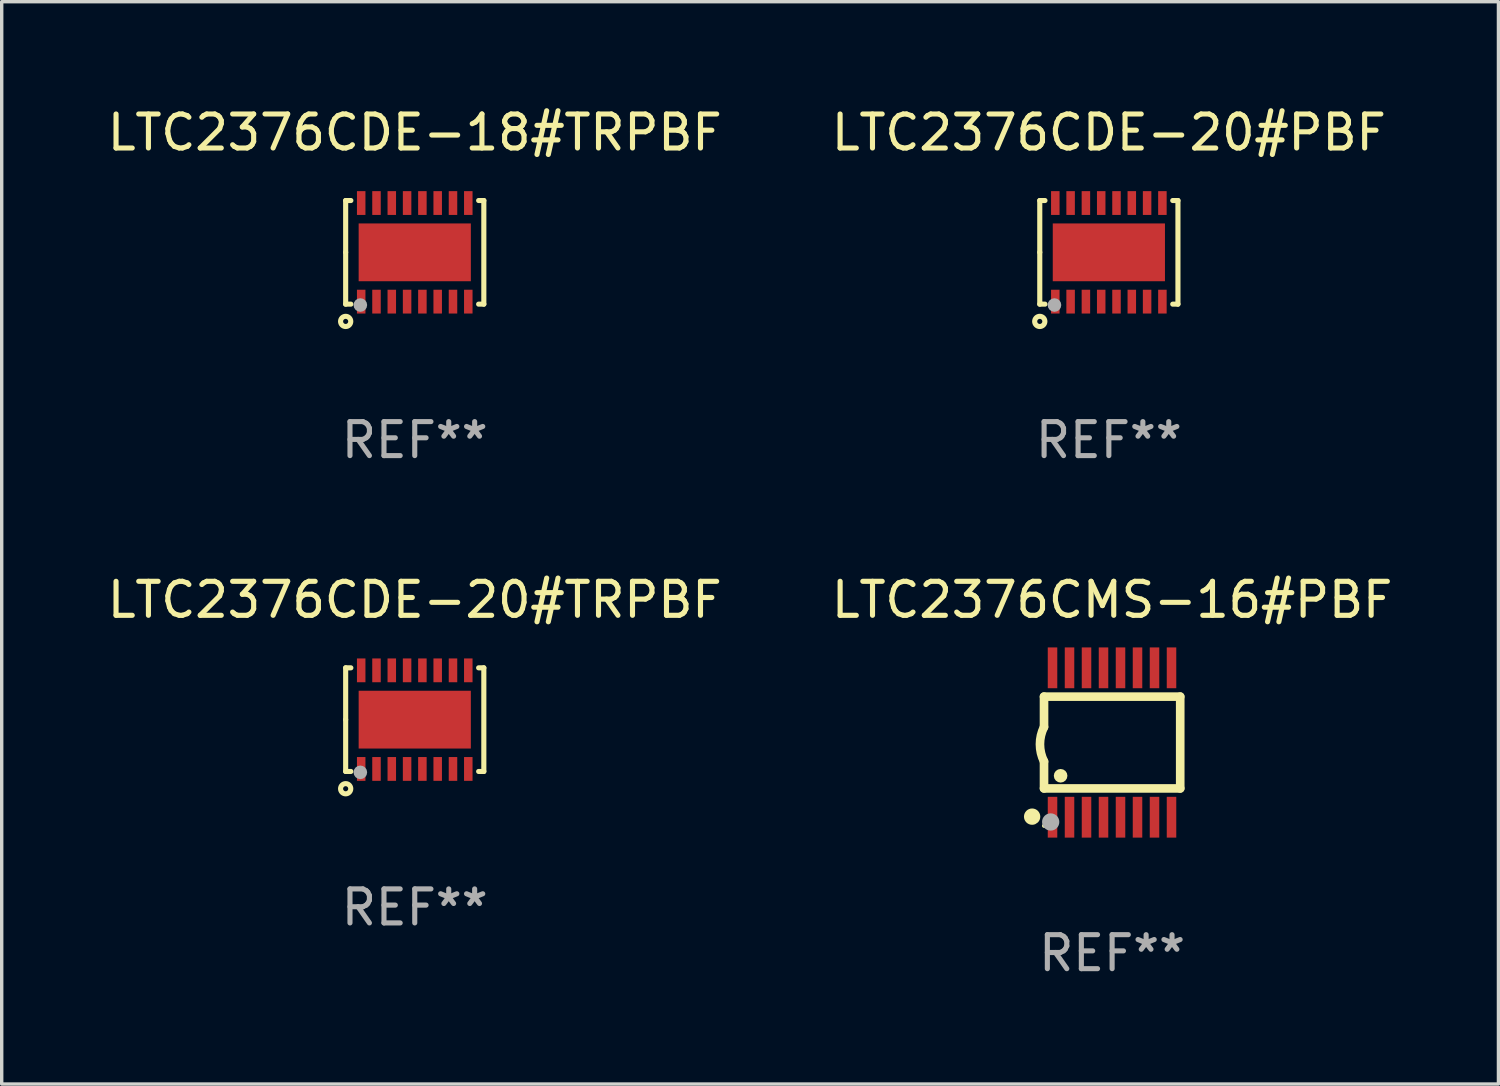
<source format=kicad_pcb>
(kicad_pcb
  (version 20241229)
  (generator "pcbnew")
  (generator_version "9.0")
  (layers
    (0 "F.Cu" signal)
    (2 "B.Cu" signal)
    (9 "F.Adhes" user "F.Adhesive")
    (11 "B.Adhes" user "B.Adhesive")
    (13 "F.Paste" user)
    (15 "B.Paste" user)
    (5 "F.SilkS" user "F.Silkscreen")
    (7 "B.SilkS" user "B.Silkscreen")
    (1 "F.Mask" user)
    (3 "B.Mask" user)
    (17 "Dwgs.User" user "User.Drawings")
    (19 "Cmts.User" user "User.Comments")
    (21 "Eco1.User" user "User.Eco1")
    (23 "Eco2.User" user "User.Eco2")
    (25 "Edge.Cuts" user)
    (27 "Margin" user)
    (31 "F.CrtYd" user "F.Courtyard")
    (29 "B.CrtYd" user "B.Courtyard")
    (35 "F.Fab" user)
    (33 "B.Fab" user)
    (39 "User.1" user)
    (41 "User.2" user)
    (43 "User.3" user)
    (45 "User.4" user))
  (footprint "LTC2376CMS-16#PBF"
    (layer "F.Cu")
    (at 29.661 18.79)
    (property "Reference" "LTC2376CMS-16#PBF" (at 0 -4.197 0) (layer "F.SilkS") (effects (font (size 1 1) (thickness 0.15))))
    (attr through_hole)
    (fp_line (start -2.003 -1.35) (end -2.003 -0.457) (stroke (width 0.254) (type solid)) (layer "F.SilkS"))
    (fp_line (start -2.003 -1.35) (end 2.003 -1.35) (stroke (width 0.254) (type solid)) (layer "F.SilkS"))
    (fp_line (start -2.003 1.35) (end -2.003 0.559) (stroke (width 0.254) (type solid)) (layer "F.SilkS"))
    (fp_line (start -2.003 1.35) (end 2.003 1.35) (stroke (width 0.254) (type solid)) (layer "F.SilkS"))
    (fp_line (start 2.003 -1.35) (end 2.003 1.35) (stroke (width 0.254) (type solid)) (layer "F.SilkS"))
    (fp_arc (start -2.002286 0.558802) (mid -2.122556 0.05092) (end -2.003302 -0.457201) (stroke (width 0.254001) (type solid)) (layer "F.SilkS"))
    (fp_circle (center -2.353 2.18) (end -2.233 2.18) (stroke (width 0.24) (type solid)) (fill no) (layer "F.SilkS"))
    (fp_circle (center -2.003 2.45) (end -1.973 2.45) (stroke (width 0.06) (type solid)) (fill no) (layer "F.SilkS"))
    (fp_circle (center -1.515 0.978) (end -1.415 0.978) (stroke (width 0.2) (type solid)) (fill no) (layer "F.SilkS"))
    (fp_circle (center -1.807 2.337) (end -1.68 2.337) (stroke (width 0.254) (type solid)) (fill no) (layer "F.Fab"))
    (fp_text user "REF**" (at 0 6.197 0) (layer "F.Fab") (effects (font (size 1 1) (thickness 0.15))))
    (pad "1" smd rect (at -1.753 2.197 90) (size 1.2 0.28) (layers "F.Cu" "F.Mask" "F.Paste"))
    (pad "2" smd rect (at -1.253 2.197 90) (size 1.2 0.28) (layers "F.Cu" "F.Mask" "F.Paste"))
    (pad "3" smd rect (at -0.753 2.197 90) (size 1.2 0.28) (layers "F.Cu" "F.Mask" "F.Paste"))
    (pad "4" smd rect (at -0.253 2.197 90) (size 1.2 0.28) (layers "F.Cu" "F.Mask" "F.Paste"))
    (pad "5" smd rect (at 0.247 2.197 90) (size 1.2 0.28) (layers "F.Cu" "F.Mask" "F.Paste"))
    (pad "6" smd rect (at 0.747 2.197 90) (size 1.2 0.28) (layers "F.Cu" "F.Mask" "F.Paste"))
    (pad "7" smd rect (at 1.247 2.197 90) (size 1.2 0.28) (layers "F.Cu" "F.Mask" "F.Paste"))
    (pad "8" smd rect (at 1.747 2.197 90) (size 1.2 0.28) (layers "F.Cu" "F.Mask" "F.Paste"))
    (pad "9" smd rect (at 1.747 -2.197 90) (size 1.2 0.28) (layers "F.Cu" "F.Mask" "F.Paste"))
    (pad "10" smd rect (at 1.247 -2.197 90) (size 1.2 0.28) (layers "F.Cu" "F.Mask" "F.Paste"))
    (pad "11" smd rect (at 0.747 -2.197 90) (size 1.2 0.28) (layers "F.Cu" "F.Mask" "F.Paste"))
    (pad "12" smd rect (at 0.247 -2.197 90) (size 1.2 0.28) (layers "F.Cu" "F.Mask" "F.Paste"))
    (pad "13" smd rect (at -0.253 -2.197 90) (size 1.2 0.28) (layers "F.Cu" "F.Mask" "F.Paste"))
    (pad "14" smd rect (at -0.753 -2.197 90) (size 1.2 0.28) (layers "F.Cu" "F.Mask" "F.Paste"))
    (pad "15" smd rect (at -1.253 -2.197 90) (size 1.2 0.28) (layers "F.Cu" "F.Mask" "F.Paste"))
    (pad "16" smd rect (at -1.753 -2.197 90) (size 1.2 0.28) (layers "F.Cu" "F.Mask" "F.Paste")))
  (footprint "LTC2376CDE-18#TRPBF"
    (layer "F.Cu")
    (at 9.149 4.372)
    (property "Reference" "LTC2376CDE-18#TRPBF" (at 0 -3.524 0) (layer "F.SilkS") (effects (font (size 1 1) (thickness 0.15))))
    (attr through_hole)
    (fp_line (start -2.032 -1.524) (end -1.879 -1.524) (stroke (width 0.15) (type solid)) (layer "F.SilkS"))
    (fp_line (start -2.032 0) (end -2.032 -1.524) (stroke (width 0.15) (type solid)) (layer "F.SilkS"))
    (fp_line (start -2.032 1.524) (end -2.032 0) (stroke (width 0.15) (type solid)) (layer "F.SilkS"))
    (fp_line (start -1.879 1.524) (end -2.032 1.524) (stroke (width 0.15) (type solid)) (layer "F.SilkS"))
    (fp_line (start 1.879 -1.524) (end 2.032 -1.524) (stroke (width 0.15) (type solid)) (layer "F.SilkS"))
    (fp_line (start 2.032 -1.524) (end 2.032 1.524) (stroke (width 0.15) (type solid)) (layer "F.SilkS"))
    (fp_line (start 2.032 1.524) (end 1.879 1.524) (stroke (width 0.15) (type solid)) (layer "F.SilkS"))
    (fp_circle (center -2.032 2.032) (end -1.882 2.032) (stroke (width 0.15) (type solid)) (fill no) (layer "F.SilkS"))
    (fp_circle (center -2 1.5) (end -1.97 1.5) (stroke (width 0.06) (type solid)) (fill no) (layer "F.SilkS"))
    (fp_circle (center -1.6 1.55) (end -1.5 1.55) (stroke (width 0.2) (type solid)) (fill no) (layer "F.Fab"))
    (fp_text user "REF**" (at 0 5.524 0) (layer "F.Fab") (effects (font (size 1 1) (thickness 0.15))))
    (pad "1" smd rect (at -1.575 1.45 90) (size 0.7 0.25) (layers "F.Cu" "F.Mask" "F.Paste"))
    (pad "2" smd rect (at -1.125 1.45 90) (size 0.7 0.25) (layers "F.Cu" "F.Mask" "F.Paste"))
    (pad "3" smd rect (at -0.675 1.45 90) (size 0.7 0.25) (layers "F.Cu" "F.Mask" "F.Paste"))
    (pad "4" smd rect (at -0.225 1.45 90) (size 0.7 0.25) (layers "F.Cu" "F.Mask" "F.Paste"))
    (pad "5" smd rect (at 0.225 1.45 90) (size 0.7 0.25) (layers "F.Cu" "F.Mask" "F.Paste"))
    (pad "6" smd rect (at 0.675 1.45 90) (size 0.7 0.25) (layers "F.Cu" "F.Mask" "F.Paste"))
    (pad "7" smd rect (at 1.125 1.45 90) (size 0.7 0.25) (layers "F.Cu" "F.Mask" "F.Paste"))
    (pad "8" smd rect (at 1.575 1.45 90) (size 0.7 0.25) (layers "F.Cu" "F.Mask" "F.Paste"))
    (pad "9" smd rect (at 1.575 -1.45 90) (size 0.7 0.25) (layers "F.Cu" "F.Mask" "F.Paste"))
    (pad "10" smd rect (at 1.125 -1.45 90) (size 0.7 0.25) (layers "F.Cu" "F.Mask" "F.Paste"))
    (pad "11" smd rect (at 0.675 -1.45 90) (size 0.7 0.25) (layers "F.Cu" "F.Mask" "F.Paste"))
    (pad "12" smd rect (at 0.225 -1.45 90) (size 0.7 0.25) (layers "F.Cu" "F.Mask" "F.Paste"))
    (pad "13" smd rect (at -0.225 -1.45 90) (size 0.7 0.25) (layers "F.Cu" "F.Mask" "F.Paste"))
    (pad "14" smd rect (at -0.675 -1.45 90) (size 0.7 0.25) (layers "F.Cu" "F.Mask" "F.Paste"))
    (pad "15" smd rect (at -1.125 -1.45 90) (size 0.7 0.25) (layers "F.Cu" "F.Mask" "F.Paste"))
    (pad "16" smd rect (at -1.575 -1.45 90) (size 0.7 0.25) (layers "F.Cu" "F.Mask" "F.Paste"))
    (pad "17" smd rect (at 0.000127 0 90) (size 1.7 3.3) (layers "F.Cu" "F.Mask" "F.Paste")))
  (footprint "LTC2376CDE-20#PBF"
    (layer "F.Cu")
    (at 29.565 4.372)
    (property "Reference" "LTC2376CDE-20#PBF" (at 0 -3.524 0) (layer "F.SilkS") (effects (font (size 1 1) (thickness 0.15))))
    (attr through_hole)
    (fp_line (start -2.032 -1.524) (end -1.879 -1.524) (stroke (width 0.15) (type solid)) (layer "F.SilkS"))
    (fp_line (start -2.032 0) (end -2.032 -1.524) (stroke (width 0.15) (type solid)) (layer "F.SilkS"))
    (fp_line (start -2.032 1.524) (end -2.032 0) (stroke (width 0.15) (type solid)) (layer "F.SilkS"))
    (fp_line (start -1.879 1.524) (end -2.032 1.524) (stroke (width 0.15) (type solid)) (layer "F.SilkS"))
    (fp_line (start 1.879 -1.524) (end 2.032 -1.524) (stroke (width 0.15) (type solid)) (layer "F.SilkS"))
    (fp_line (start 2.032 -1.524) (end 2.032 1.524) (stroke (width 0.15) (type solid)) (layer "F.SilkS"))
    (fp_line (start 2.032 1.524) (end 1.879 1.524) (stroke (width 0.15) (type solid)) (layer "F.SilkS"))
    (fp_circle (center -2.032 2.032) (end -1.882 2.032) (stroke (width 0.15) (type solid)) (fill no) (layer "F.SilkS"))
    (fp_circle (center -2 1.5) (end -1.97 1.5) (stroke (width 0.06) (type solid)) (fill no) (layer "F.SilkS"))
    (fp_circle (center -1.6 1.55) (end -1.5 1.55) (stroke (width 0.2) (type solid)) (fill no) (layer "F.Fab"))
    (fp_text user "REF**" (at 0 5.524 0) (layer "F.Fab") (effects (font (size 1 1) (thickness 0.15))))
    (pad "1" smd rect (at -1.575 1.45 90) (size 0.7 0.25) (layers "F.Cu" "F.Mask" "F.Paste"))
    (pad "2" smd rect (at -1.125 1.45 90) (size 0.7 0.25) (layers "F.Cu" "F.Mask" "F.Paste"))
    (pad "3" smd rect (at -0.675 1.45 90) (size 0.7 0.25) (layers "F.Cu" "F.Mask" "F.Paste"))
    (pad "4" smd rect (at -0.225 1.45 90) (size 0.7 0.25) (layers "F.Cu" "F.Mask" "F.Paste"))
    (pad "5" smd rect (at 0.225 1.45 90) (size 0.7 0.25) (layers "F.Cu" "F.Mask" "F.Paste"))
    (pad "6" smd rect (at 0.675 1.45 90) (size 0.7 0.25) (layers "F.Cu" "F.Mask" "F.Paste"))
    (pad "7" smd rect (at 1.125 1.45 90) (size 0.7 0.25) (layers "F.Cu" "F.Mask" "F.Paste"))
    (pad "8" smd rect (at 1.575 1.45 90) (size 0.7 0.25) (layers "F.Cu" "F.Mask" "F.Paste"))
    (pad "9" smd rect (at 1.575 -1.45 90) (size 0.7 0.25) (layers "F.Cu" "F.Mask" "F.Paste"))
    (pad "10" smd rect (at 1.125 -1.45 90) (size 0.7 0.25) (layers "F.Cu" "F.Mask" "F.Paste"))
    (pad "11" smd rect (at 0.675 -1.45 90) (size 0.7 0.25) (layers "F.Cu" "F.Mask" "F.Paste"))
    (pad "12" smd rect (at 0.225 -1.45 90) (size 0.7 0.25) (layers "F.Cu" "F.Mask" "F.Paste"))
    (pad "13" smd rect (at -0.225 -1.45 90) (size 0.7 0.25) (layers "F.Cu" "F.Mask" "F.Paste"))
    (pad "14" smd rect (at -0.675 -1.45 90) (size 0.7 0.25) (layers "F.Cu" "F.Mask" "F.Paste"))
    (pad "15" smd rect (at -1.125 -1.45 90) (size 0.7 0.25) (layers "F.Cu" "F.Mask" "F.Paste"))
    (pad "16" smd rect (at -1.575 -1.45 90) (size 0.7 0.25) (layers "F.Cu" "F.Mask" "F.Paste"))
    (pad "17" smd rect (at 0.000127 0 90) (size 1.7 3.3) (layers "F.Cu" "F.Mask" "F.Paste")))
  (footprint "LTC2376CDE-20#TRPBF"
    (layer "F.Cu")
    (at 9.149 18.117)
    (property "Reference" "LTC2376CDE-20#TRPBF" (at 0 -3.524 0) (layer "F.SilkS") (effects (font (size 1 1) (thickness 0.15))))
    (attr through_hole)
    (fp_line (start -2.032 -1.524) (end -1.879 -1.524) (stroke (width 0.15) (type solid)) (layer "F.SilkS"))
    (fp_line (start -2.032 0) (end -2.032 -1.524) (stroke (width 0.15) (type solid)) (layer "F.SilkS"))
    (fp_line (start -2.032 1.524) (end -2.032 0) (stroke (width 0.15) (type solid)) (layer "F.SilkS"))
    (fp_line (start -1.879 1.524) (end -2.032 1.524) (stroke (width 0.15) (type solid)) (layer "F.SilkS"))
    (fp_line (start 1.879 -1.524) (end 2.032 -1.524) (stroke (width 0.15) (type solid)) (layer "F.SilkS"))
    (fp_line (start 2.032 -1.524) (end 2.032 1.524) (stroke (width 0.15) (type solid)) (layer "F.SilkS"))
    (fp_line (start 2.032 1.524) (end 1.879 1.524) (stroke (width 0.15) (type solid)) (layer "F.SilkS"))
    (fp_circle (center -2.032 2.032) (end -1.882 2.032) (stroke (width 0.15) (type solid)) (fill no) (layer "F.SilkS"))
    (fp_circle (center -2 1.5) (end -1.97 1.5) (stroke (width 0.06) (type solid)) (fill no) (layer "F.SilkS"))
    (fp_circle (center -1.6 1.55) (end -1.5 1.55) (stroke (width 0.2) (type solid)) (fill no) (layer "F.Fab"))
    (fp_text user "REF**" (at 0 5.524 0) (layer "F.Fab") (effects (font (size 1 1) (thickness 0.15))))
    (pad "1" smd rect (at -1.575 1.45 90) (size 0.7 0.25) (layers "F.Cu" "F.Mask" "F.Paste"))
    (pad "2" smd rect (at -1.125 1.45 90) (size 0.7 0.25) (layers "F.Cu" "F.Mask" "F.Paste"))
    (pad "3" smd rect (at -0.675 1.45 90) (size 0.7 0.25) (layers "F.Cu" "F.Mask" "F.Paste"))
    (pad "4" smd rect (at -0.225 1.45 90) (size 0.7 0.25) (layers "F.Cu" "F.Mask" "F.Paste"))
    (pad "5" smd rect (at 0.225 1.45 90) (size 0.7 0.25) (layers "F.Cu" "F.Mask" "F.Paste"))
    (pad "6" smd rect (at 0.675 1.45 90) (size 0.7 0.25) (layers "F.Cu" "F.Mask" "F.Paste"))
    (pad "7" smd rect (at 1.125 1.45 90) (size 0.7 0.25) (layers "F.Cu" "F.Mask" "F.Paste"))
    (pad "8" smd rect (at 1.575 1.45 90) (size 0.7 0.25) (layers "F.Cu" "F.Mask" "F.Paste"))
    (pad "9" smd rect (at 1.575 -1.45 90) (size 0.7 0.25) (layers "F.Cu" "F.Mask" "F.Paste"))
    (pad "10" smd rect (at 1.125 -1.45 90) (size 0.7 0.25) (layers "F.Cu" "F.Mask" "F.Paste"))
    (pad "11" smd rect (at 0.675 -1.45 90) (size 0.7 0.25) (layers "F.Cu" "F.Mask" "F.Paste"))
    (pad "12" smd rect (at 0.225 -1.45 90) (size 0.7 0.25) (layers "F.Cu" "F.Mask" "F.Paste"))
    (pad "13" smd rect (at -0.225 -1.45 90) (size 0.7 0.25) (layers "F.Cu" "F.Mask" "F.Paste"))
    (pad "14" smd rect (at -0.675 -1.45 90) (size 0.7 0.25) (layers "F.Cu" "F.Mask" "F.Paste"))
    (pad "15" smd rect (at -1.125 -1.45 90) (size 0.7 0.25) (layers "F.Cu" "F.Mask" "F.Paste"))
    (pad "16" smd rect (at -1.575 -1.45 90) (size 0.7 0.25) (layers "F.Cu" "F.Mask" "F.Paste"))
    (pad "17" smd rect (at 0.000127 0 90) (size 1.7 3.3) (layers "F.Cu" "F.Mask" "F.Paste")))
  (gr_rect
    (start -3 -3)
    (end 41.024 28.835)
    (stroke (width 0.1) (type default))
    (fill no)
    (layer "Edge.Cuts")))
</source>
